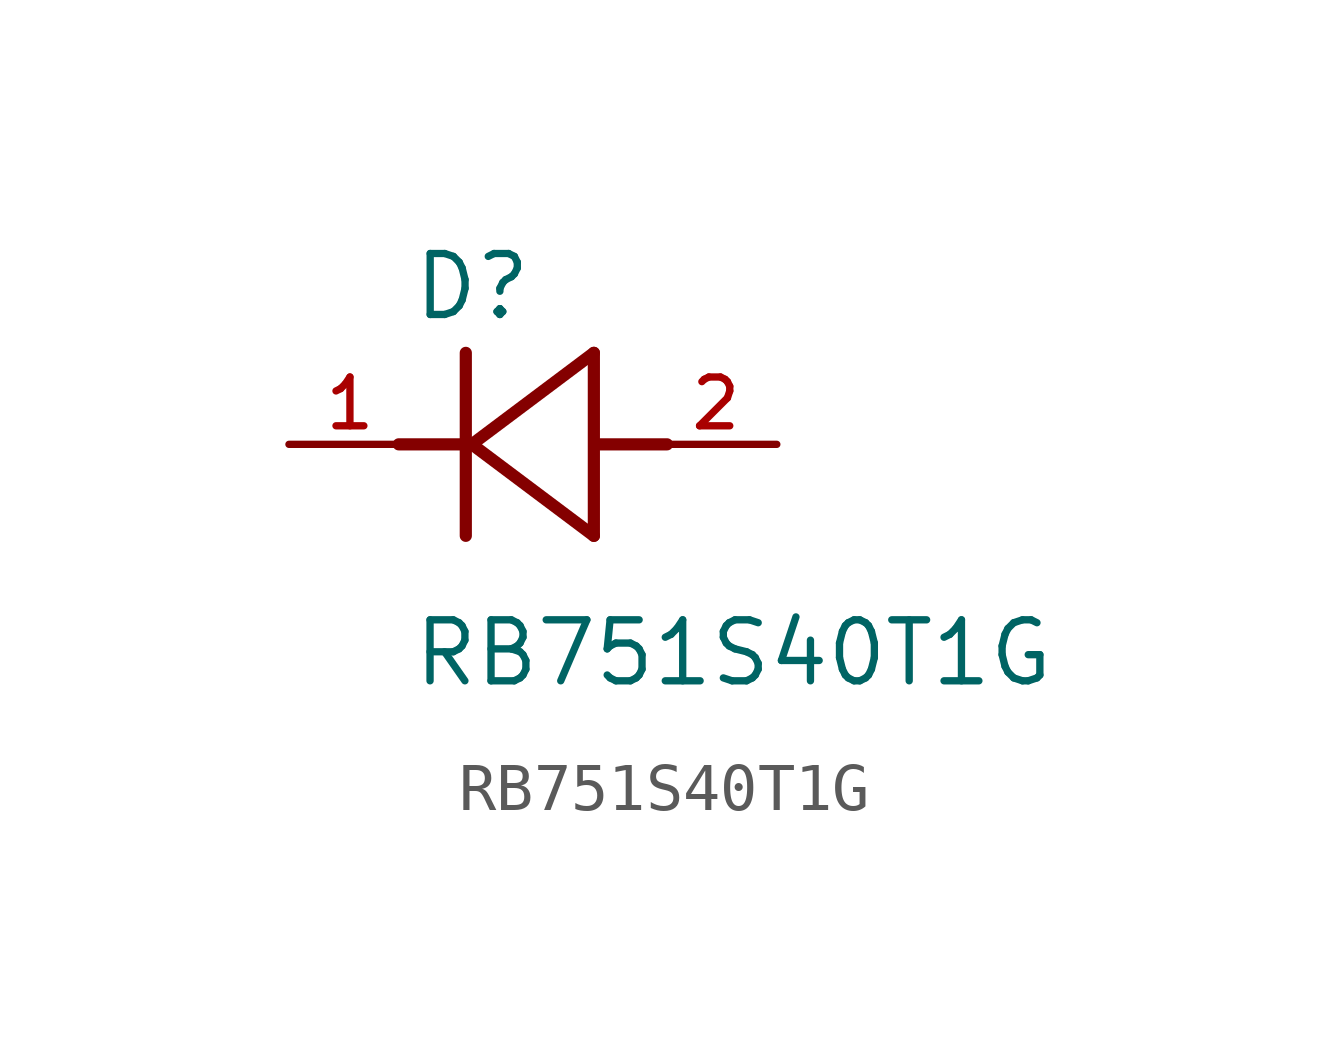
<source format=kicad_sym>
(kicad_symbol_lib
  (version 20211014)
  (generator kicad_symbol_editor)
  (symbol "RB751S40T1G"
    (pin_names
      (offset 1.016))
    (property "Reference" "D"
      (at -2.541 2.541 0)
      (effects (font (size 1.27 1.27)) (justify bottom left)))
    (property "Value" "RB751S40T1G"
      (at -2.544 -5.088 0)
      (effects (font (size 1.27 1.27)) (justify bottom left)))
    (symbol "RB751S40T1G_0_0"
      (polyline (pts (xy 1.27 1.905) (xy -1.27 0.0)) (stroke (width 0.254)))
      (polyline (pts (xy -1.27 0.0) (xy 1.27 -1.905)) (stroke (width 0.254)))
      (polyline (pts (xy 1.27 -1.905) (xy 1.27 1.905)) (stroke (width 0.254)))
      (polyline (pts (xy -1.397 -1.905) (xy -1.397 1.905)) (stroke (width 0.254)))
      (polyline (pts (xy -1.397 0.0) (xy -2.794 0.0)) (stroke (width 0.254)))
      (polyline (pts (xy 1.397 0.0) (xy 2.794 0.0)) (stroke (width 0.254)))
      (pin passive line (at 5.08 0.0 180.0) (length 2.54) (name "~" (effects (font (size 1.016 1.016)))) (number "2" (effects (font (size 1.016 1.016)))))
      (pin passive line (at -5.08 0.0 0) (length 2.54) (name "~" (effects (font (size 1.016 1.016)))) (number "1" (effects (font (size 1.016 1.016))))))))
</source>
